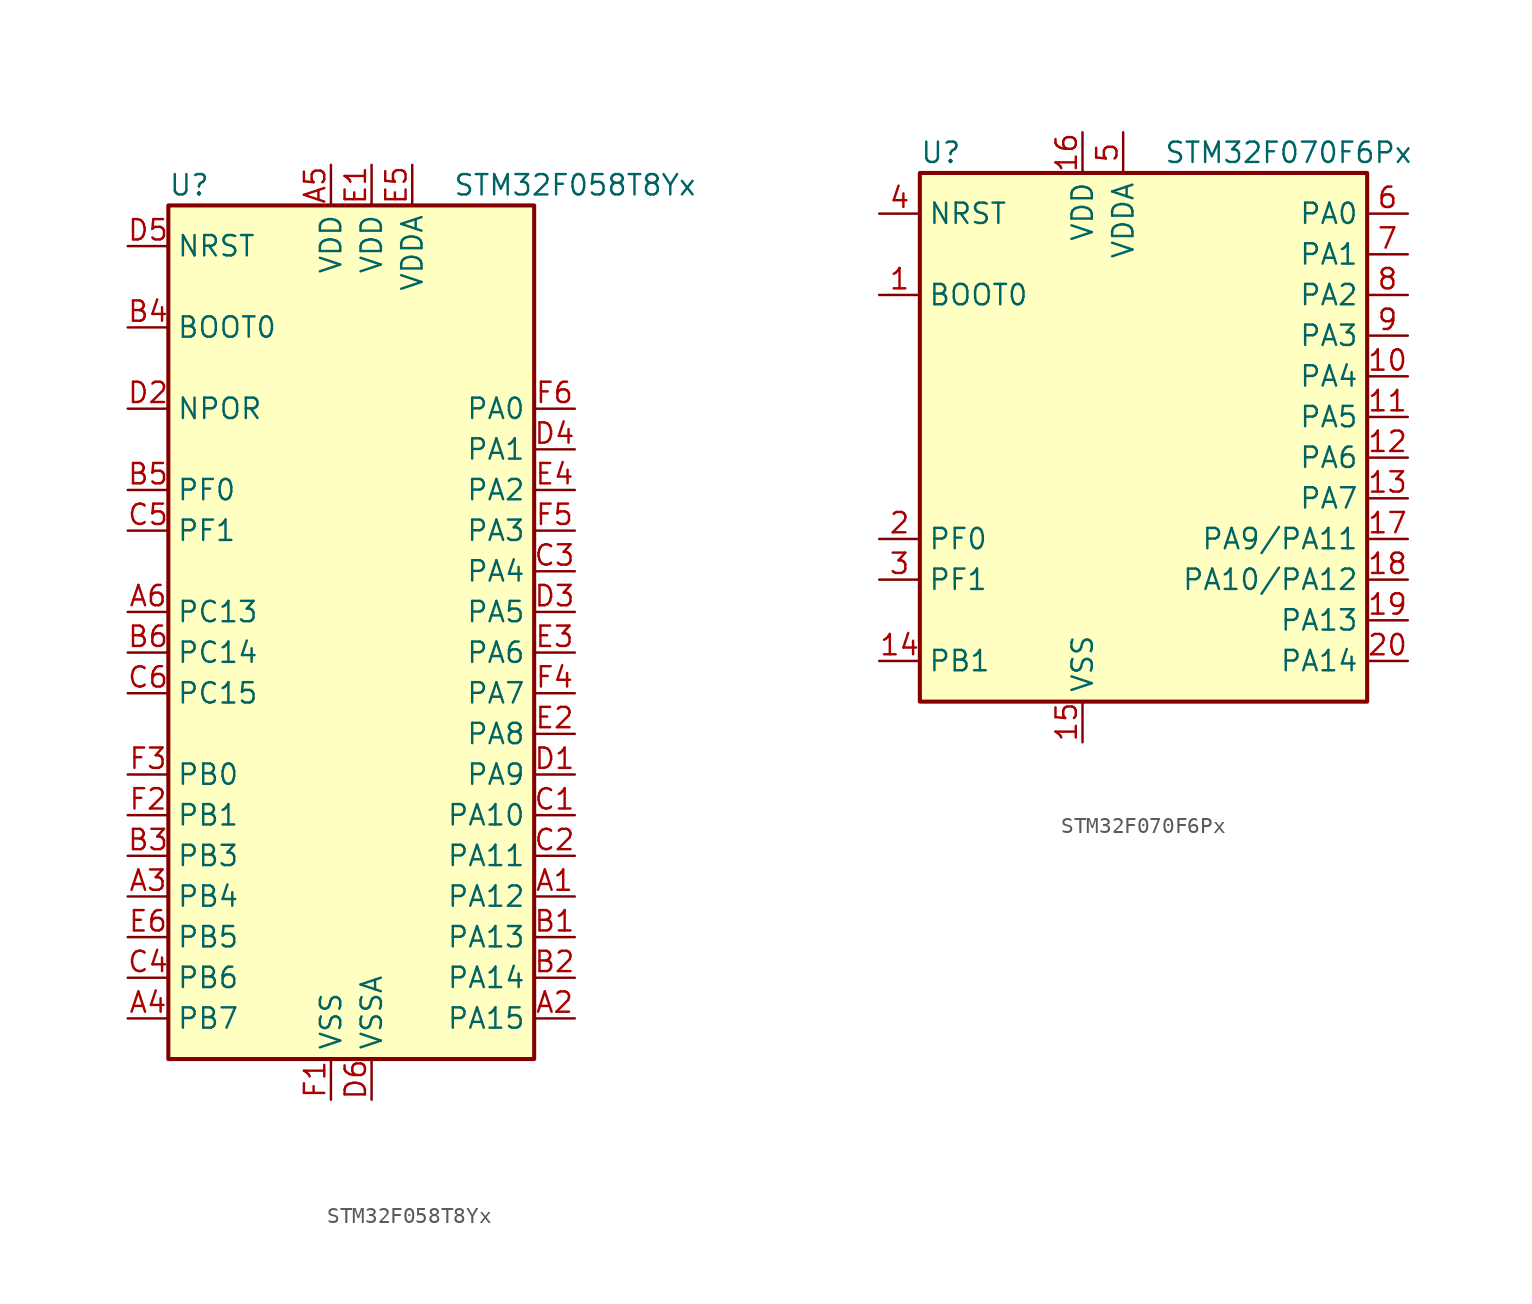
<source format=kicad_sym>
(kicad_symbol_lib
  (version 20211014)
  (generator kicad_symbol_editor)
  (symbol "STM32F058T8Yx"
    (property "Reference" "U"
      (at -12.7 26.67 0)
      (effects (font (size 1.27 1.27)) (justify left)))
    (property "Value" "STM32F058T8Yx"
      (at 5.08 26.67 0)
      (effects (font (size 1.27 1.27)) (justify left)))
    (symbol "STM32F058T8Yx_0_1"
      (rectangle (start -12.7 -27.94) (end 10.16 25.4) (stroke (width 0.254) (type default) (color 0 0 0 0)) (fill (type background))))
    (symbol "STM32F058T8Yx_1_1"
      (pin bidirectional line (at 12.7 -17.78 180) (length 2.54) (name "PA12" (effects (font (size 1.27 1.27)))) (number "A1" (effects (font (size 1.27 1.27)))))
      (pin bidirectional line (at 12.7 -25.4 180) (length 2.54) (name "PA15" (effects (font (size 1.27 1.27)))) (number "A2" (effects (font (size 1.27 1.27)))))
      (pin bidirectional line (at -15.24 -17.78 0) (length 2.54) (name "PB4" (effects (font (size 1.27 1.27)))) (number "A3" (effects (font (size 1.27 1.27)))))
      (pin bidirectional line (at -15.24 -25.4 0) (length 2.54) (name "PB7" (effects (font (size 1.27 1.27)))) (number "A4" (effects (font (size 1.27 1.27)))))
      (pin power_in line (at -2.54 27.94 270) (length 2.54) (name "VDD" (effects (font (size 1.27 1.27)))) (number "A5" (effects (font (size 1.27 1.27)))))
      (pin bidirectional line (at -15.24 0 0) (length 2.54) (name "PC13" (effects (font (size 1.27 1.27)))) (number "A6" (effects (font (size 1.27 1.27)))))
      (pin bidirectional line (at 12.7 -20.32 180) (length 2.54) (name "PA13" (effects (font (size 1.27 1.27)))) (number "B1" (effects (font (size 1.27 1.27)))))
      (pin bidirectional line (at 12.7 -22.86 180) (length 2.54) (name "PA14" (effects (font (size 1.27 1.27)))) (number "B2" (effects (font (size 1.27 1.27)))))
      (pin bidirectional line (at -15.24 -15.24 0) (length 2.54) (name "PB3" (effects (font (size 1.27 1.27)))) (number "B3" (effects (font (size 1.27 1.27)))))
      (pin input line (at -15.24 17.78 0) (length 2.54) (name "BOOT0" (effects (font (size 1.27 1.27)))) (number "B4" (effects (font (size 1.27 1.27)))))
      (pin input line (at -15.24 7.62 0) (length 2.54) (name "PF0" (effects (font (size 1.27 1.27)))) (number "B5" (effects (font (size 1.27 1.27)))))
      (pin bidirectional line (at -15.24 -2.54 0) (length 2.54) (name "PC14" (effects (font (size 1.27 1.27)))) (number "B6" (effects (font (size 1.27 1.27)))))
      (pin bidirectional line (at 12.7 -12.7 180) (length 2.54) (name "PA10" (effects (font (size 1.27 1.27)))) (number "C1" (effects (font (size 1.27 1.27)))))
      (pin bidirectional line (at 12.7 -15.24 180) (length 2.54) (name "PA11" (effects (font (size 1.27 1.27)))) (number "C2" (effects (font (size 1.27 1.27)))))
      (pin bidirectional line (at 12.7 2.54 180) (length 2.54) (name "PA4" (effects (font (size 1.27 1.27)))) (number "C3" (effects (font (size 1.27 1.27)))))
      (pin bidirectional line (at -15.24 -22.86 0) (length 2.54) (name "PB6" (effects (font (size 1.27 1.27)))) (number "C4" (effects (font (size 1.27 1.27)))))
      (pin input line (at -15.24 5.08 0) (length 2.54) (name "PF1" (effects (font (size 1.27 1.27)))) (number "C5" (effects (font (size 1.27 1.27)))))
      (pin bidirectional line (at -15.24 -5.08 0) (length 2.54) (name "PC15" (effects (font (size 1.27 1.27)))) (number "C6" (effects (font (size 1.27 1.27)))))
      (pin bidirectional line (at 12.7 -10.16 180) (length 2.54) (name "PA9" (effects (font (size 1.27 1.27)))) (number "D1" (effects (font (size 1.27 1.27)))))
      (pin power_in line (at -15.24 12.7 0) (length 2.54) (name "NPOR" (effects (font (size 1.27 1.27)))) (number "D2" (effects (font (size 1.27 1.27)))))
      (pin bidirectional line (at 12.7 0 180) (length 2.54) (name "PA5" (effects (font (size 1.27 1.27)))) (number "D3" (effects (font (size 1.27 1.27)))))
      (pin bidirectional line (at 12.7 10.16 180) (length 2.54) (name "PA1" (effects (font (size 1.27 1.27)))) (number "D4" (effects (font (size 1.27 1.27)))))
      (pin input line (at -15.24 22.86 0) (length 2.54) (name "NRST" (effects (font (size 1.27 1.27)))) (number "D5" (effects (font (size 1.27 1.27)))))
      (pin power_in line (at 0 -30.48 90) (length 2.54) (name "VSSA" (effects (font (size 1.27 1.27)))) (number "D6" (effects (font (size 1.27 1.27)))))
      (pin power_in line (at 0 27.94 270) (length 2.54) (name "VDD" (effects (font (size 1.27 1.27)))) (number "E1" (effects (font (size 1.27 1.27)))))
      (pin bidirectional line (at 12.7 -7.62 180) (length 2.54) (name "PA8" (effects (font (size 1.27 1.27)))) (number "E2" (effects (font (size 1.27 1.27)))))
      (pin bidirectional line (at 12.7 -2.54 180) (length 2.54) (name "PA6" (effects (font (size 1.27 1.27)))) (number "E3" (effects (font (size 1.27 1.27)))))
      (pin bidirectional line (at 12.7 7.62 180) (length 2.54) (name "PA2" (effects (font (size 1.27 1.27)))) (number "E4" (effects (font (size 1.27 1.27)))))
      (pin power_in line (at 2.54 27.94 270) (length 2.54) (name "VDDA" (effects (font (size 1.27 1.27)))) (number "E5" (effects (font (size 1.27 1.27)))))
      (pin bidirectional line (at -15.24 -20.32 0) (length 2.54) (name "PB5" (effects (font (size 1.27 1.27)))) (number "E6" (effects (font (size 1.27 1.27)))))
      (pin power_in line (at -2.54 -30.48 90) (length 2.54) (name "VSS" (effects (font (size 1.27 1.27)))) (number "F1" (effects (font (size 1.27 1.27)))))
      (pin bidirectional line (at -15.24 -12.7 0) (length 2.54) (name "PB1" (effects (font (size 1.27 1.27)))) (number "F2" (effects (font (size 1.27 1.27)))))
      (pin bidirectional line (at -15.24 -10.16 0) (length 2.54) (name "PB0" (effects (font (size 1.27 1.27)))) (number "F3" (effects (font (size 1.27 1.27)))))
      (pin bidirectional line (at 12.7 -5.08 180) (length 2.54) (name "PA7" (effects (font (size 1.27 1.27)))) (number "F4" (effects (font (size 1.27 1.27)))))
      (pin bidirectional line (at 12.7 5.08 180) (length 2.54) (name "PA3" (effects (font (size 1.27 1.27)))) (number "F5" (effects (font (size 1.27 1.27)))))
      (pin bidirectional line (at 12.7 12.7 180) (length 2.54) (name "PA0" (effects (font (size 1.27 1.27)))) (number "F6" (effects (font (size 1.27 1.27)))))))
  (symbol "STM32F070F6Px"
    (property "Reference" "U"
      (at -15.24 16.51 0)
      (effects (font (size 1.27 1.27)) (justify left)))
    (property "Value" "STM32F070F6Px"
      (at 0 16.51 0)
      (effects (font (size 1.27 1.27)) (justify left)))
    (symbol "STM32F070F6Px_0_1"
      (rectangle (start -15.24 -17.78) (end 12.7 15.24) (stroke (width 0.254) (type default) (color 0 0 0 0)) (fill (type background))))
    (symbol "STM32F070F6Px_1_1"
      (pin input line (at -17.78 7.62 0) (length 2.54) (name "BOOT0" (effects (font (size 1.27 1.27)))) (number "1" (effects (font (size 1.27 1.27)))))
      (pin bidirectional line (at 15.24 2.54 180) (length 2.54) (name "PA4" (effects (font (size 1.27 1.27)))) (number "10" (effects (font (size 1.27 1.27)))))
      (pin bidirectional line (at 15.24 0 180) (length 2.54) (name "PA5" (effects (font (size 1.27 1.27)))) (number "11" (effects (font (size 1.27 1.27)))))
      (pin bidirectional line (at 15.24 -2.54 180) (length 2.54) (name "PA6" (effects (font (size 1.27 1.27)))) (number "12" (effects (font (size 1.27 1.27)))))
      (pin bidirectional line (at 15.24 -5.08 180) (length 2.54) (name "PA7" (effects (font (size 1.27 1.27)))) (number "13" (effects (font (size 1.27 1.27)))))
      (pin bidirectional line (at -17.78 -15.24 0) (length 2.54) (name "PB1" (effects (font (size 1.27 1.27)))) (number "14" (effects (font (size 1.27 1.27)))))
      (pin power_in line (at -5.08 -20.32 90) (length 2.54) (name "VSS" (effects (font (size 1.27 1.27)))) (number "15" (effects (font (size 1.27 1.27)))))
      (pin power_in line (at -5.08 17.78 270) (length 2.54) (name "VDD" (effects (font (size 1.27 1.27)))) (number "16" (effects (font (size 1.27 1.27)))))
      (pin bidirectional line (at 15.24 -7.62 180) (length 2.54) (name "PA9/PA11" (effects (font (size 1.27 1.27)))) (number "17" (effects (font (size 1.27 1.27)))))
      (pin bidirectional line (at 15.24 -10.16 180) (length 2.54) (name "PA10/PA12" (effects (font (size 1.27 1.27)))) (number "18" (effects (font (size 1.27 1.27)))))
      (pin bidirectional line (at 15.24 -12.7 180) (length 2.54) (name "PA13" (effects (font (size 1.27 1.27)))) (number "19" (effects (font (size 1.27 1.27)))))
      (pin input line (at -17.78 -7.62 0) (length 2.54) (name "PF0" (effects (font (size 1.27 1.27)))) (number "2" (effects (font (size 1.27 1.27)))))
      (pin bidirectional line (at 15.24 -15.24 180) (length 2.54) (name "PA14" (effects (font (size 1.27 1.27)))) (number "20" (effects (font (size 1.27 1.27)))))
      (pin input line (at -17.78 -10.16 0) (length 2.54) (name "PF1" (effects (font (size 1.27 1.27)))) (number "3" (effects (font (size 1.27 1.27)))))
      (pin input line (at -17.78 12.7 0) (length 2.54) (name "NRST" (effects (font (size 1.27 1.27)))) (number "4" (effects (font (size 1.27 1.27)))))
      (pin power_in line (at -2.54 17.78 270) (length 2.54) (name "VDDA" (effects (font (size 1.27 1.27)))) (number "5" (effects (font (size 1.27 1.27)))))
      (pin bidirectional line (at 15.24 12.7 180) (length 2.54) (name "PA0" (effects (font (size 1.27 1.27)))) (number "6" (effects (font (size 1.27 1.27)))))
      (pin bidirectional line (at 15.24 10.16 180) (length 2.54) (name "PA1" (effects (font (size 1.27 1.27)))) (number "7" (effects (font (size 1.27 1.27)))))
      (pin bidirectional line (at 15.24 7.62 180) (length 2.54) (name "PA2" (effects (font (size 1.27 1.27)))) (number "8" (effects (font (size 1.27 1.27)))))
      (pin bidirectional line (at 15.24 5.08 180) (length 2.54) (name "PA3" (effects (font (size 1.27 1.27)))) (number "9" (effects (font (size 1.27 1.27))))))))
</source>
